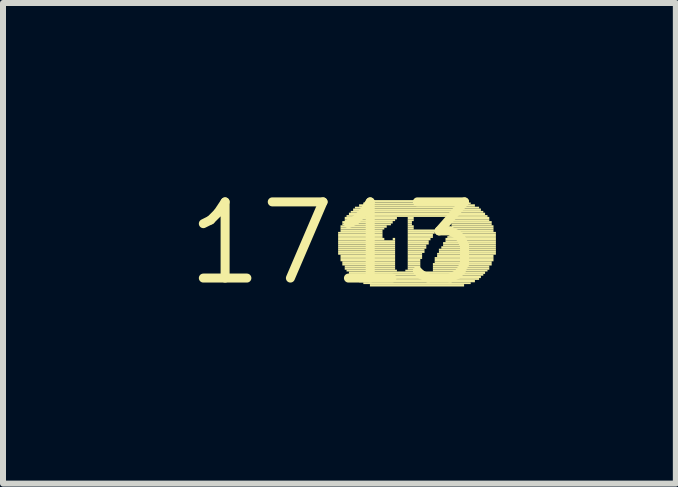
<source format=kicad_pcb>
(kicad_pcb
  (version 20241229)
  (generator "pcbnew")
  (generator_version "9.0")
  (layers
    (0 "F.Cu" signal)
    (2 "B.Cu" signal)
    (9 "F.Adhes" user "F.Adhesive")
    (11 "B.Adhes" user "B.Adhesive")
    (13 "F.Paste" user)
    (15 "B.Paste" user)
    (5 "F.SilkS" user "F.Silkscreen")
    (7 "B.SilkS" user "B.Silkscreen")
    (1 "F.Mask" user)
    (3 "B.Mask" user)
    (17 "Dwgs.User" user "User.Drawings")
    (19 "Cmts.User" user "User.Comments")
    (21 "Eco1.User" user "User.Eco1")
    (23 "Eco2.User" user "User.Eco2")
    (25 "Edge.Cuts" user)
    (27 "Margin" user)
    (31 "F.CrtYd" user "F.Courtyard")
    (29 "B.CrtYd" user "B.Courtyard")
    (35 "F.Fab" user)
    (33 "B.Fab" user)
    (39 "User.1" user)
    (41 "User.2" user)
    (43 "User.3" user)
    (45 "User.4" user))
  (footprint "1713"
    (layer "F.Cu")
    (at 2.517 1.006)
    (property "Reference" "1713" (at 0 0 0) (layer "F.SilkS") (effects (font (size 1.27 1.27) (thickness 0.15))))
    (fp_poly (pts (xy 0.07 -0.16) (xy 0.81 -0.16) (xy 0.81 -0.19) (xy 0.07 -0.19)) (stroke (width 0) (type default)) (fill yes) (layer "F.SilkS"))
    (fp_poly (pts (xy 0.07 -0.12) (xy 0.81 -0.12) (xy 0.81 -0.16) (xy 0.07 -0.16)) (stroke (width 0) (type default)) (fill yes) (layer "F.SilkS"))
    (fp_poly (pts (xy 0.07 -0.09) (xy 0.81 -0.09) (xy 0.81 -0.12) (xy 0.07 -0.12)) (stroke (width 0) (type default)) (fill yes) (layer "F.SilkS"))
    (fp_poly (pts (xy 0.07 -0.05) (xy 0.84 -0.05) (xy 0.84 -0.09) (xy 0.07 -0.09)) (stroke (width 0) (type default)) (fill yes) (layer "F.SilkS"))
    (fp_poly (pts (xy 0.07 -0.02) (xy 1.02 -0.02) (xy 1.02 -0.05) (xy 0.07 -0.05)) (stroke (width 0) (type default)) (fill yes) (layer "F.SilkS"))
    (fp_poly (pts (xy 0.07 0.02) (xy 1.02 0.02) (xy 1.02 -0.02) (xy 0.07 -0.02)) (stroke (width 0) (type default)) (fill yes) (layer "F.SilkS"))
    (fp_poly (pts (xy 0.07 0.05) (xy 1.02 0.05) (xy 1.02 0.02) (xy 0.07 0.02)) (stroke (width 0) (type default)) (fill yes) (layer "F.SilkS"))
    (fp_poly (pts (xy 0.07 0.09) (xy 1.02 0.09) (xy 1.02 0.05) (xy 0.07 0.05)) (stroke (width 0) (type default)) (fill yes) (layer "F.SilkS"))
    (fp_poly (pts (xy 0.07 0.12) (xy 1.02 0.12) (xy 1.02 0.09) (xy 0.07 0.09)) (stroke (width 0) (type default)) (fill yes) (layer "F.SilkS"))
    (fp_poly (pts (xy 0.07 0.16) (xy 1.02 0.16) (xy 1.02 0.12) (xy 0.07 0.12)) (stroke (width 0) (type default)) (fill yes) (layer "F.SilkS"))
    (fp_poly (pts (xy 0.07 0.19) (xy 1.02 0.19) (xy 1.02 0.16) (xy 0.07 0.16)) (stroke (width 0) (type default)) (fill yes) (layer "F.SilkS"))
    (fp_poly (pts (xy 0.11 -0.26) (xy 0.88 -0.26) (xy 0.88 -0.3) (xy 0.11 -0.3)) (stroke (width 0) (type default)) (fill yes) (layer "F.SilkS"))
    (fp_poly (pts (xy 0.11 -0.23) (xy 0.84 -0.23) (xy 0.84 -0.26) (xy 0.11 -0.26)) (stroke (width 0) (type default)) (fill yes) (layer "F.SilkS"))
    (fp_poly (pts (xy 0.11 -0.19) (xy 0.81 -0.19) (xy 0.81 -0.23) (xy 0.11 -0.23)) (stroke (width 0) (type default)) (fill yes) (layer "F.SilkS"))
    (fp_poly (pts (xy 0.11 0.23) (xy 1.02 0.23) (xy 1.02 0.19) (xy 0.11 0.19)) (stroke (width 0) (type default)) (fill yes) (layer "F.SilkS"))
    (fp_poly (pts (xy 0.11 0.26) (xy 1.02 0.26) (xy 1.02 0.23) (xy 0.11 0.23)) (stroke (width 0) (type default)) (fill yes) (layer "F.SilkS"))
    (fp_poly (pts (xy 0.11 0.3) (xy 1.02 0.3) (xy 1.02 0.26) (xy 0.11 0.26)) (stroke (width 0) (type default)) (fill yes) (layer "F.SilkS"))
    (fp_poly (pts (xy 0.14 -0.33) (xy 0.98 -0.33) (xy 0.98 -0.37) (xy 0.14 -0.37)) (stroke (width 0) (type default)) (fill yes) (layer "F.SilkS"))
    (fp_poly (pts (xy 0.14 -0.3) (xy 0.95 -0.3) (xy 0.95 -0.33) (xy 0.14 -0.33)) (stroke (width 0) (type default)) (fill yes) (layer "F.SilkS"))
    (fp_poly (pts (xy 0.14 0.33) (xy 1.02 0.33) (xy 1.02 0.3) (xy 0.14 0.3)) (stroke (width 0) (type default)) (fill yes) (layer "F.SilkS"))
    (fp_poly (pts (xy 0.14 0.37) (xy 1.02 0.37) (xy 1.02 0.33) (xy 0.14 0.33)) (stroke (width 0) (type default)) (fill yes) (layer "F.SilkS"))
    (fp_poly (pts (xy 0.18 -0.4) (xy 1.05 -0.4) (xy 1.05 -0.44) (xy 0.18 -0.44)) (stroke (width 0) (type default)) (fill yes) (layer "F.SilkS"))
    (fp_poly (pts (xy 0.18 -0.37) (xy 1.02 -0.37) (xy 1.02 -0.4) (xy 0.18 -0.4)) (stroke (width 0) (type default)) (fill yes) (layer "F.SilkS"))
    (fp_poly (pts (xy 0.18 0.4) (xy 1.02 0.4) (xy 1.02 0.37) (xy 0.18 0.37)) (stroke (width 0) (type default)) (fill yes) (layer "F.SilkS"))
    (fp_poly (pts (xy 0.18 0.44) (xy 1.02 0.44) (xy 1.02 0.4) (xy 0.18 0.4)) (stroke (width 0) (type default)) (fill yes) (layer "F.SilkS"))
    (fp_poly (pts (xy 0.21 -0.44) (xy 2.56 -0.44) (xy 2.56 -0.47) (xy 0.21 -0.47)) (stroke (width 0) (type default)) (fill yes) (layer "F.SilkS"))
    (fp_poly (pts (xy 0.21 0.47) (xy 1.05 0.47) (xy 1.05 0.44) (xy 0.21 0.44)) (stroke (width 0) (type default)) (fill yes) (layer "F.SilkS"))
    (fp_poly (pts (xy 0.25 -0.47) (xy 2.52 -0.47) (xy 2.52 -0.51) (xy 0.25 -0.51)) (stroke (width 0) (type default)) (fill yes) (layer "F.SilkS"))
    (fp_poly (pts (xy 0.25 0.51) (xy 2.52 0.51) (xy 2.52 0.47) (xy 0.25 0.47)) (stroke (width 0) (type default)) (fill yes) (layer "F.SilkS"))
    (fp_poly (pts (xy 0.28 -0.51) (xy 2.49 -0.51) (xy 2.49 -0.54) (xy 0.28 -0.54)) (stroke (width 0) (type default)) (fill yes) (layer "F.SilkS"))
    (fp_poly (pts (xy 0.28 0.54) (xy 2.49 0.54) (xy 2.49 0.51) (xy 0.28 0.51)) (stroke (width 0) (type default)) (fill yes) (layer "F.SilkS"))
    (fp_poly (pts (xy 0.32 -0.54) (xy 2.45 -0.54) (xy 2.45 -0.58) (xy 0.32 -0.58)) (stroke (width 0) (type default)) (fill yes) (layer "F.SilkS"))
    (fp_poly (pts (xy 0.32 0.58) (xy 2.45 0.58) (xy 2.45 0.54) (xy 0.32 0.54)) (stroke (width 0) (type default)) (fill yes) (layer "F.SilkS"))
    (fp_poly (pts (xy 0.35 -0.58) (xy 2.42 -0.58) (xy 2.42 -0.61) (xy 0.35 -0.61)) (stroke (width 0) (type default)) (fill yes) (layer "F.SilkS"))
    (fp_poly (pts (xy 0.35 0.61) (xy 2.42 0.61) (xy 2.42 0.58) (xy 0.35 0.58)) (stroke (width 0) (type default)) (fill yes) (layer "F.SilkS"))
    (fp_poly (pts (xy 0.42 -0.61) (xy 2.35 -0.61) (xy 2.35 -0.65) (xy 0.42 -0.65)) (stroke (width 0) (type default)) (fill yes) (layer "F.SilkS"))
    (fp_poly (pts (xy 0.42 0.65) (xy 2.35 0.65) (xy 2.35 0.61) (xy 0.42 0.61)) (stroke (width 0) (type default)) (fill yes) (layer "F.SilkS"))
    (fp_poly (pts (xy 0.49 -0.65) (xy 2.28 -0.65) (xy 2.28 -0.68) (xy 0.49 -0.68)) (stroke (width 0) (type default)) (fill yes) (layer "F.SilkS"))
    (fp_poly (pts (xy 0.49 0.68) (xy 2.28 0.68) (xy 2.28 0.65) (xy 0.49 0.65)) (stroke (width 0) (type default)) (fill yes) (layer "F.SilkS"))
    (fp_poly (pts (xy 0.6 -0.68) (xy 2.17 -0.68) (xy 2.17 -0.72) (xy 0.6 -0.72)) (stroke (width 0) (type default)) (fill yes) (layer "F.SilkS"))
    (fp_poly (pts (xy 0.6 0.72) (xy 2.17 0.72) (xy 2.17 0.68) (xy 0.6 0.68)) (stroke (width 0) (type default)) (fill yes) (layer "F.SilkS"))
    (fp_poly (pts (xy 0.98 -0.05) (xy 1.02 -0.05) (xy 1.02 -0.09) (xy 0.98 -0.09)) (stroke (width 0) (type default)) (fill yes) (layer "F.SilkS"))
    (fp_poly (pts (xy 1.19 0.47) (xy 1.47 0.47) (xy 1.47 0.44) (xy 1.19 0.44)) (stroke (width 0) (type default)) (fill yes) (layer "F.SilkS"))
    (fp_poly (pts (xy 1.23 -0.4) (xy 1.33 -0.4) (xy 1.33 -0.44) (xy 1.23 -0.44)) (stroke (width 0) (type default)) (fill yes) (layer "F.SilkS"))
    (fp_poly (pts (xy 1.23 -0.37) (xy 1.33 -0.37) (xy 1.33 -0.4) (xy 1.23 -0.4)) (stroke (width 0) (type default)) (fill yes) (layer "F.SilkS"))
    (fp_poly (pts (xy 1.23 -0.33) (xy 1.3 -0.33) (xy 1.3 -0.37) (xy 1.23 -0.37)) (stroke (width 0) (type default)) (fill yes) (layer "F.SilkS"))
    (fp_poly (pts (xy 1.23 -0.3) (xy 1.3 -0.3) (xy 1.3 -0.33) (xy 1.23 -0.33)) (stroke (width 0) (type default)) (fill yes) (layer "F.SilkS"))
    (fp_poly (pts (xy 1.23 -0.26) (xy 1.33 -0.26) (xy 1.33 -0.3) (xy 1.23 -0.3)) (stroke (width 0) (type default)) (fill yes) (layer "F.SilkS"))
    (fp_poly (pts (xy 1.23 -0.23) (xy 1.33 -0.23) (xy 1.33 -0.26) (xy 1.23 -0.26)) (stroke (width 0) (type default)) (fill yes) (layer "F.SilkS"))
    (fp_poly (pts (xy 1.23 -0.19) (xy 1.72 -0.19) (xy 1.72 -0.23) (xy 1.23 -0.23)) (stroke (width 0) (type default)) (fill yes) (layer "F.SilkS"))
    (fp_poly (pts (xy 1.23 -0.16) (xy 1.68 -0.16) (xy 1.68 -0.19) (xy 1.23 -0.19)) (stroke (width 0) (type default)) (fill yes) (layer "F.SilkS"))
    (fp_poly (pts (xy 1.23 -0.12) (xy 1.65 -0.12) (xy 1.65 -0.16) (xy 1.23 -0.16)) (stroke (width 0) (type default)) (fill yes) (layer "F.SilkS"))
    (fp_poly (pts (xy 1.23 -0.09) (xy 1.65 -0.09) (xy 1.65 -0.12) (xy 1.23 -0.12)) (stroke (width 0) (type default)) (fill yes) (layer "F.SilkS"))
    (fp_poly (pts (xy 1.23 -0.05) (xy 1.61 -0.05) (xy 1.61 -0.09) (xy 1.23 -0.09)) (stroke (width 0) (type default)) (fill yes) (layer "F.SilkS"))
    (fp_poly (pts (xy 1.23 -0.02) (xy 1.58 -0.02) (xy 1.58 -0.05) (xy 1.23 -0.05)) (stroke (width 0) (type default)) (fill yes) (layer "F.SilkS"))
    (fp_poly (pts (xy 1.23 0.02) (xy 1.58 0.02) (xy 1.58 -0.02) (xy 1.23 -0.02)) (stroke (width 0) (type default)) (fill yes) (layer "F.SilkS"))
    (fp_poly (pts (xy 1.23 0.05) (xy 1.54 0.05) (xy 1.54 0.02) (xy 1.23 0.02)) (stroke (width 0) (type default)) (fill yes) (layer "F.SilkS"))
    (fp_poly (pts (xy 1.23 0.09) (xy 1.54 0.09) (xy 1.54 0.05) (xy 1.23 0.05)) (stroke (width 0) (type default)) (fill yes) (layer "F.SilkS"))
    (fp_poly (pts (xy 1.23 0.12) (xy 1.51 0.12) (xy 1.51 0.09) (xy 1.23 0.09)) (stroke (width 0) (type default)) (fill yes) (layer "F.SilkS"))
    (fp_poly (pts (xy 1.23 0.16) (xy 1.51 0.16) (xy 1.51 0.12) (xy 1.23 0.12)) (stroke (width 0) (type default)) (fill yes) (layer "F.SilkS"))
    (fp_poly (pts (xy 1.23 0.19) (xy 1.47 0.19) (xy 1.47 0.16) (xy 1.23 0.16)) (stroke (width 0) (type default)) (fill yes) (layer "F.SilkS"))
    (fp_poly (pts (xy 1.23 0.23) (xy 1.47 0.23) (xy 1.47 0.19) (xy 1.23 0.19)) (stroke (width 0) (type default)) (fill yes) (layer "F.SilkS"))
    (fp_poly (pts (xy 1.23 0.26) (xy 1.47 0.26) (xy 1.47 0.23) (xy 1.23 0.23)) (stroke (width 0) (type default)) (fill yes) (layer "F.SilkS"))
    (fp_poly (pts (xy 1.23 0.3) (xy 1.44 0.3) (xy 1.44 0.26) (xy 1.23 0.26)) (stroke (width 0) (type default)) (fill yes) (layer "F.SilkS"))
    (fp_poly (pts (xy 1.23 0.33) (xy 1.44 0.33) (xy 1.44 0.3) (xy 1.23 0.3)) (stroke (width 0) (type default)) (fill yes) (layer "F.SilkS"))
    (fp_poly (pts (xy 1.23 0.37) (xy 1.44 0.37) (xy 1.44 0.33) (xy 1.23 0.33)) (stroke (width 0) (type default)) (fill yes) (layer "F.SilkS"))
    (fp_poly (pts (xy 1.23 0.4) (xy 1.44 0.4) (xy 1.44 0.37) (xy 1.23 0.37)) (stroke (width 0) (type default)) (fill yes) (layer "F.SilkS"))
    (fp_poly (pts (xy 1.23 0.44) (xy 1.44 0.44) (xy 1.44 0.4) (xy 1.23 0.4)) (stroke (width 0) (type default)) (fill yes) (layer "F.SilkS"))
    (fp_poly (pts (xy 1.65 0.37) (xy 2.63 0.37) (xy 2.63 0.33) (xy 1.65 0.33)) (stroke (width 0) (type default)) (fill yes) (layer "F.SilkS"))
    (fp_poly (pts (xy 1.65 0.4) (xy 2.59 0.4) (xy 2.59 0.37) (xy 1.65 0.37)) (stroke (width 0) (type default)) (fill yes) (layer "F.SilkS"))
    (fp_poly (pts (xy 1.65 0.44) (xy 2.59 0.44) (xy 2.59 0.4) (xy 1.65 0.4)) (stroke (width 0) (type default)) (fill yes) (layer "F.SilkS"))
    (fp_poly (pts (xy 1.65 0.47) (xy 2.56 0.47) (xy 2.56 0.44) (xy 1.65 0.44)) (stroke (width 0) (type default)) (fill yes) (layer "F.SilkS"))
    (fp_poly (pts (xy 1.68 0.26) (xy 2.66 0.26) (xy 2.66 0.23) (xy 1.68 0.23)) (stroke (width 0) (type default)) (fill yes) (layer "F.SilkS"))
    (fp_poly (pts (xy 1.68 0.3) (xy 2.66 0.3) (xy 2.66 0.26) (xy 1.68 0.26)) (stroke (width 0) (type default)) (fill yes) (layer "F.SilkS"))
    (fp_poly (pts (xy 1.68 0.33) (xy 2.63 0.33) (xy 2.63 0.3) (xy 1.68 0.3)) (stroke (width 0) (type default)) (fill yes) (layer "F.SilkS"))
    (fp_poly (pts (xy 1.72 0.19) (xy 2.7 0.19) (xy 2.7 0.16) (xy 1.72 0.16)) (stroke (width 0) (type default)) (fill yes) (layer "F.SilkS"))
    (fp_poly (pts (xy 1.72 0.23) (xy 2.66 0.23) (xy 2.66 0.19) (xy 1.72 0.19)) (stroke (width 0) (type default)) (fill yes) (layer "F.SilkS"))
    (fp_poly (pts (xy 1.75 0.12) (xy 2.7 0.12) (xy 2.7 0.09) (xy 1.75 0.09)) (stroke (width 0) (type default)) (fill yes) (layer "F.SilkS"))
    (fp_poly (pts (xy 1.75 0.16) (xy 2.7 0.16) (xy 2.7 0.12) (xy 1.75 0.12)) (stroke (width 0) (type default)) (fill yes) (layer "F.SilkS"))
    (fp_poly (pts (xy 1.79 0.09) (xy 2.7 0.09) (xy 2.7 0.05) (xy 1.79 0.05)) (stroke (width 0) (type default)) (fill yes) (layer "F.SilkS"))
    (fp_poly (pts (xy 1.82 0.02) (xy 2.7 0.02) (xy 2.7 -0.02) (xy 1.82 -0.02)) (stroke (width 0) (type default)) (fill yes) (layer "F.SilkS"))
    (fp_poly (pts (xy 1.82 0.05) (xy 2.7 0.05) (xy 2.7 0.02) (xy 1.82 0.02)) (stroke (width 0) (type default)) (fill yes) (layer "F.SilkS"))
    (fp_poly (pts (xy 1.86 -0.05) (xy 2.7 -0.05) (xy 2.7 -0.09) (xy 1.86 -0.09)) (stroke (width 0) (type default)) (fill yes) (layer "F.SilkS"))
    (fp_poly (pts (xy 1.86 -0.02) (xy 2.7 -0.02) (xy 2.7 -0.05) (xy 1.86 -0.05)) (stroke (width 0) (type default)) (fill yes) (layer "F.SilkS"))
    (fp_poly (pts (xy 1.89 -0.09) (xy 2.7 -0.09) (xy 2.7 -0.12) (xy 1.89 -0.12)) (stroke (width 0) (type default)) (fill yes) (layer "F.SilkS"))
    (fp_poly (pts (xy 1.93 -0.16) (xy 2.7 -0.16) (xy 2.7 -0.19) (xy 1.93 -0.19)) (stroke (width 0) (type default)) (fill yes) (layer "F.SilkS"))
    (fp_poly (pts (xy 1.93 -0.12) (xy 2.7 -0.12) (xy 2.7 -0.16) (xy 1.93 -0.16)) (stroke (width 0) (type default)) (fill yes) (layer "F.SilkS"))
    (fp_poly (pts (xy 1.96 -0.4) (xy 2.59 -0.4) (xy 2.59 -0.44) (xy 1.96 -0.44)) (stroke (width 0) (type default)) (fill yes) (layer "F.SilkS"))
    (fp_poly (pts (xy 1.96 -0.37) (xy 2.59 -0.37) (xy 2.59 -0.4) (xy 1.96 -0.4)) (stroke (width 0) (type default)) (fill yes) (layer "F.SilkS"))
    (fp_poly (pts (xy 1.96 -0.33) (xy 2.63 -0.33) (xy 2.63 -0.37) (xy 1.96 -0.37)) (stroke (width 0) (type default)) (fill yes) (layer "F.SilkS"))
    (fp_poly (pts (xy 1.96 -0.3) (xy 2.63 -0.3) (xy 2.63 -0.33) (xy 1.96 -0.33)) (stroke (width 0) (type default)) (fill yes) (layer "F.SilkS"))
    (fp_poly (pts (xy 1.96 -0.26) (xy 2.66 -0.26) (xy 2.66 -0.3) (xy 1.96 -0.3)) (stroke (width 0) (type default)) (fill yes) (layer "F.SilkS"))
    (fp_poly (pts (xy 1.96 -0.23) (xy 2.66 -0.23) (xy 2.66 -0.26) (xy 1.96 -0.26)) (stroke (width 0) (type default)) (fill yes) (layer "F.SilkS"))
    (fp_poly (pts (xy 1.96 -0.19) (xy 2.66 -0.19) (xy 2.66 -0.23) (xy 1.96 -0.23)) (stroke (width 0) (type default)) (fill yes) (layer "F.SilkS")))
  (gr_rect
    (start -3 -3)
    (end 8.217 5.012)
    (stroke (width 0.1) (type default))
    (fill no)
    (layer "Edge.Cuts")))
</source>
